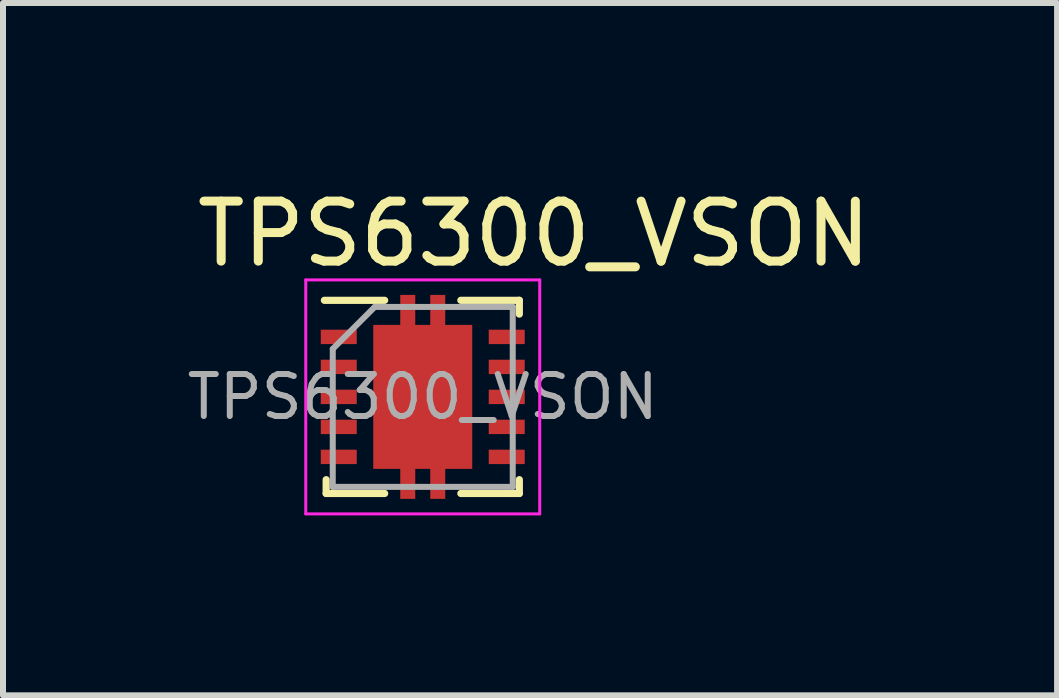
<source format=kicad_pcb>
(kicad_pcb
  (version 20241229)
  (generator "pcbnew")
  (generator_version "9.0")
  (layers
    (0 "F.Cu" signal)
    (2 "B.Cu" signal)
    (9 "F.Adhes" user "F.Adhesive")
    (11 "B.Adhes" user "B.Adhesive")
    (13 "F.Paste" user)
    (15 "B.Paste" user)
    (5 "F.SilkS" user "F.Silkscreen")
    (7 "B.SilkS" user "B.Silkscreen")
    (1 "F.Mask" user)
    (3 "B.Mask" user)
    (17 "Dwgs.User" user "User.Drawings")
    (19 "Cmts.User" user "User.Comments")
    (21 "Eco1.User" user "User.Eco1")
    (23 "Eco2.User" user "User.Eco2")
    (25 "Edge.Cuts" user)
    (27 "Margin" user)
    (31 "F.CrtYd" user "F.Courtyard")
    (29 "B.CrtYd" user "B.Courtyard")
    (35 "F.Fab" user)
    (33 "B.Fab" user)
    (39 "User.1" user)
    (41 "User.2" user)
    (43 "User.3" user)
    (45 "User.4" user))
  (footprint "TPS6300_VSON"
    (layer "F.Cu")
    (at 3.997 3.566)
    (property "Reference" "TPS6300_VSON" (at 1.854 -2.718 0) (layer "F.SilkS") (effects (font (size 1 1) (thickness 0.15))))
    (attr smd)
    (fp_line (start -1.64 -1.61) (end -0.635 -1.61) (stroke (width 0.12) (type solid)) (layer "F.SilkS"))
    (fp_line (start -1.61 1.38) (end -1.61 1.61) (stroke (width 0.12) (type solid)) (layer "F.SilkS"))
    (fp_line (start -1.61 1.61) (end -0.635 1.61) (stroke (width 0.12) (type solid)) (layer "F.SilkS"))
    (fp_line (start 0.635 -1.61) (end 1.61 -1.61) (stroke (width 0.12) (type solid)) (layer "F.SilkS"))
    (fp_line (start 0.635 1.61) (end 1.61 1.61) (stroke (width 0.12) (type solid)) (layer "F.SilkS"))
    (fp_line (start 1.61 -1.61) (end 1.61 -1.38) (stroke (width 0.12) (type solid)) (layer "F.SilkS"))
    (fp_line (start 1.61 1.38) (end 1.61 1.61) (stroke (width 0.12) (type solid)) (layer "F.SilkS"))
    (fp_line (start -1.95 -1.95) (end -1.95 1.95) (stroke (width 0.05) (type solid)) (layer "F.CrtYd"))
    (fp_line (start -1.95 -1.95) (end 1.95 -1.95) (stroke (width 0.05) (type solid)) (layer "F.CrtYd"))
    (fp_line (start -1.95 1.95) (end 1.95 1.95) (stroke (width 0.05) (type solid)) (layer "F.CrtYd"))
    (fp_line (start 1.95 -1.95) (end 1.95 1.95) (stroke (width 0.05) (type solid)) (layer "F.CrtYd"))
    (fp_line (start -1.5 -0.8) (end -1.5 1.5) (stroke (width 0.1) (type solid)) (layer "F.Fab"))
    (fp_line (start -1.5 -0.8) (end -0.8 -1.5) (stroke (width 0.1) (type solid)) (layer "F.Fab"))
    (fp_line (start -1.5 1.5) (end 1.5 1.5) (stroke (width 0.1) (type solid)) (layer "F.Fab"))
    (fp_line (start -0.8 -1.5) (end 1.5 -1.5) (stroke (width 0.1) (type solid)) (layer "F.Fab"))
    (fp_line (start 1.5 -1.5) (end 1.5 1.5) (stroke (width 0.1) (type solid)) (layer "F.Fab"))
    (fp_text user "${REFERENCE}" (at 0 0 0) (layer "F.Fab") (effects (font (size 0.7 0.7) (thickness 0.1))))
    (pad "" smd roundrect (at -0.25 -1.53) (size 0.25 0.34) (layers "F.Paste") (roundrect_rratio 0.1))
    (pad "" smd roundrect (at -0.25 1.53) (size 0.25 0.34) (layers "F.Paste") (roundrect_rratio 0.1))
    (pad "" smd roundrect (at 0 -0.63) (size 1.5 1.06) (layers "F.Paste") (roundrect_rratio 0.1))
    (pad "" smd roundrect (at 0 0.63) (size 1.5 1.06) (layers "F.Paste") (roundrect_rratio 0.1))
    (pad "" smd roundrect (at 0.25 -1.53) (size 0.25 0.34) (layers "F.Paste") (roundrect_rratio 0.1))
    (pad "" smd roundrect (at 0.25 1.53) (size 0.25 0.34) (layers "F.Paste") (roundrect_rratio 0.1))
    (pad "1" smd rect (at -1.4 -1) (size 0.6 0.24) (layers "F.Cu" "F.Mask" "F.Paste"))
    (pad "2" smd rect (at -1.4 -0.5) (size 0.6 0.24) (layers "F.Cu" "F.Mask" "F.Paste"))
    (pad "3" smd rect (at -1.4 0) (size 0.6 0.24) (layers "F.Cu" "F.Mask" "F.Paste"))
    (pad "4" smd rect (at -1.4 0.5) (size 0.6 0.24) (layers "F.Cu" "F.Mask" "F.Paste"))
    (pad "5" smd rect (at -1.4 1) (size 0.6 0.24) (layers "F.Cu" "F.Mask" "F.Paste"))
    (pad "6" smd rect (at 1.4 1) (size 0.6 0.24) (layers "F.Cu" "F.Mask" "F.Paste"))
    (pad "7" smd rect (at 1.4 0.5) (size 0.6 0.24) (layers "F.Cu" "F.Mask" "F.Paste"))
    (pad "8" smd rect (at 1.4 0) (size 0.6 0.24) (layers "F.Cu" "F.Mask" "F.Paste"))
    (pad "9" smd rect (at 1.4 -0.5) (size 0.6 0.24) (layers "F.Cu" "F.Mask" "F.Paste"))
    (pad "10" smd rect (at 1.4 -1) (size 0.6 0.24) (layers "F.Cu" "F.Mask" "F.Paste"))
    (pad "11" smd custom (at 0 0) (size 1.65 2.4) (layers "F.Cu" "F.Mask") (options (anchor rect)) (primitives (gr_poly (pts (xy -0.125 -1.1) (xy 0.125 -1.1) (xy 0.125 -1.7) (xy 0.375 -1.7) (xy 0.375 1.7) (xy 0.125 1.7) (xy 0.125 1.1) (xy -0.125 1.1) (xy -0.125 1.7) (xy -0.375 1.7) (xy -0.375 -1.7) (xy -0.125 -1.7)) (width 0) (fill yes)))))
  (gr_rect
    (start -3 -3)
    (end 14.571 8.541)
    (stroke (width 0.1) (type default))
    (fill no)
    (layer "Edge.Cuts")))
</source>
